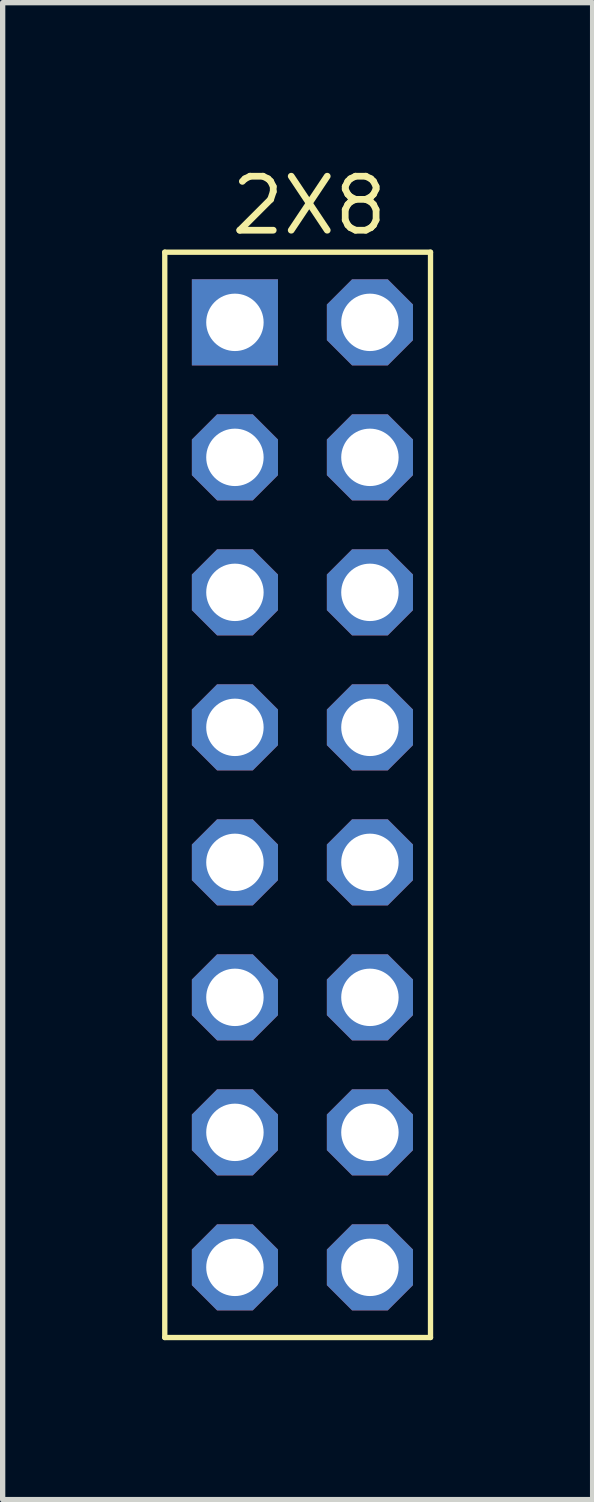
<source format=kicad_pcb>
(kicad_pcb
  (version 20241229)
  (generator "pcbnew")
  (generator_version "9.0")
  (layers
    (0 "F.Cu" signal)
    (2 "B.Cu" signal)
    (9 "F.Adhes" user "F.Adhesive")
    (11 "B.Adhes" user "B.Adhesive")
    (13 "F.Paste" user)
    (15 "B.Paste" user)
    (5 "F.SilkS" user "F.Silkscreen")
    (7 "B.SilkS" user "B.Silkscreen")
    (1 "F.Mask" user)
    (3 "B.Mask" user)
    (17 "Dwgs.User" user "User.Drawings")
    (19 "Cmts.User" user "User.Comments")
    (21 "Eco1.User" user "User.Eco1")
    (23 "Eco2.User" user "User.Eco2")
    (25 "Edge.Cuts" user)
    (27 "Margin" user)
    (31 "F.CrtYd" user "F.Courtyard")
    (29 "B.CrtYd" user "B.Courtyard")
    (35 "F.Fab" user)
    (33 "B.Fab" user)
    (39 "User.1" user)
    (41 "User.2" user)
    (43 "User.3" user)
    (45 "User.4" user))
  (footprint "2X8"
    (layer "F.Cu")
    (at 1.37 3.015)
    (property "Reference" "2X8" (at 1.398 -2.197 0) (layer "F.SilkS") (effects (font (size 1.016 1.016) (thickness 0.127))))
    (attr through_hole)
    (fp_line (start -1.32 -1.32) (end -1.32 19.1) (stroke (width 0.1) (type default)) (layer "F.SilkS"))
    (fp_line (start -1.32 -1.32) (end 3.68 -1.32) (stroke (width 0.1) (type default)) (layer "F.SilkS"))
    (fp_line (start -1.32 19.1) (end 3.68 19.1) (stroke (width 0.1) (type default)) (layer "F.SilkS"))
    (fp_line (start 3.68 -1.32) (end 3.68 19.1) (stroke (width 0.1) (type default)) (layer "F.SilkS"))
    (pad "1" thru_hole rect (at 0 0) (size 1.62 1.62) (drill 1.08) (layers "*.Cu" "*.Mask"))
    (pad "2" thru_hole roundrect (at 0 2.54) (size 1.62 1.62) (drill 1.08) (layers "*.Cu" "*.Mask") (roundrect_rratio 0.25) (chamfer_ratio 0.293) (chamfer top_left top_right bottom_left bottom_right))
    (pad "3" thru_hole roundrect (at 0 5.08) (size 1.62 1.62) (drill 1.08) (layers "*.Cu" "*.Mask") (roundrect_rratio 0.25) (chamfer_ratio 0.293) (chamfer top_left top_right bottom_left bottom_right))
    (pad "4" thru_hole roundrect (at 0 7.62) (size 1.62 1.62) (drill 1.08) (layers "*.Cu" "*.Mask") (roundrect_rratio 0.25) (chamfer_ratio 0.293) (chamfer top_left top_right bottom_left bottom_right))
    (pad "5" thru_hole roundrect (at 0 10.16) (size 1.62 1.62) (drill 1.08) (layers "*.Cu" "*.Mask") (roundrect_rratio 0.25) (chamfer_ratio 0.293) (chamfer top_left top_right bottom_left bottom_right))
    (pad "6" thru_hole roundrect (at 0 12.7) (size 1.62 1.62) (drill 1.08) (layers "*.Cu" "*.Mask") (roundrect_rratio 0.25) (chamfer_ratio 0.293) (chamfer top_left top_right bottom_left bottom_right))
    (pad "7" thru_hole roundrect (at 0 15.24) (size 1.62 1.62) (drill 1.08) (layers "*.Cu" "*.Mask") (roundrect_rratio 0.25) (chamfer_ratio 0.293) (chamfer top_left top_right bottom_left bottom_right))
    (pad "8" thru_hole roundrect (at 0 17.78) (size 1.62 1.62) (drill 1.08) (layers "*.Cu" "*.Mask") (roundrect_rratio 0.25) (chamfer_ratio 0.293) (chamfer top_left top_right bottom_left bottom_right))
    (pad "9" thru_hole roundrect (at 2.54 0) (size 1.62 1.62) (drill 1.08) (layers "*.Cu" "*.Mask") (roundrect_rratio 0.25) (chamfer_ratio 0.293) (chamfer top_left top_right bottom_left bottom_right))
    (pad "10" thru_hole roundrect (at 2.54 2.54) (size 1.62 1.62) (drill 1.08) (layers "*.Cu" "*.Mask") (roundrect_rratio 0.25) (chamfer_ratio 0.293) (chamfer top_left top_right bottom_left bottom_right))
    (pad "11" thru_hole roundrect (at 2.54 5.08) (size 1.62 1.62) (drill 1.08) (layers "*.Cu" "*.Mask") (roundrect_rratio 0.25) (chamfer_ratio 0.293) (chamfer top_left top_right bottom_left bottom_right))
    (pad "12" thru_hole roundrect (at 2.54 7.62) (size 1.62 1.62) (drill 1.08) (layers "*.Cu" "*.Mask") (roundrect_rratio 0.25) (chamfer_ratio 0.293) (chamfer top_left top_right bottom_left bottom_right))
    (pad "13" thru_hole roundrect (at 2.54 10.16) (size 1.62 1.62) (drill 1.08) (layers "*.Cu" "*.Mask") (roundrect_rratio 0.25) (chamfer_ratio 0.293) (chamfer top_left top_right bottom_left bottom_right))
    (pad "14" thru_hole roundrect (at 2.54 12.7) (size 1.62 1.62) (drill 1.08) (layers "*.Cu" "*.Mask") (roundrect_rratio 0.25) (chamfer_ratio 0.293) (chamfer top_left top_right bottom_left bottom_right))
    (pad "15" thru_hole roundrect (at 2.54 15.24) (size 1.62 1.62) (drill 1.08) (layers "*.Cu" "*.Mask") (roundrect_rratio 0.25) (chamfer_ratio 0.293) (chamfer top_left top_right bottom_left bottom_right))
    (pad "16" thru_hole roundrect (at 2.54 17.78) (size 1.62 1.62) (drill 1.08) (layers "*.Cu" "*.Mask") (roundrect_rratio 0.25) (chamfer_ratio 0.293) (chamfer top_left top_right bottom_left bottom_right)))
  (gr_rect
    (start -3 -3)
    (end 8.1 25.165)
    (stroke (width 0.1) (type default))
    (fill no)
    (layer "Edge.Cuts")))
</source>
